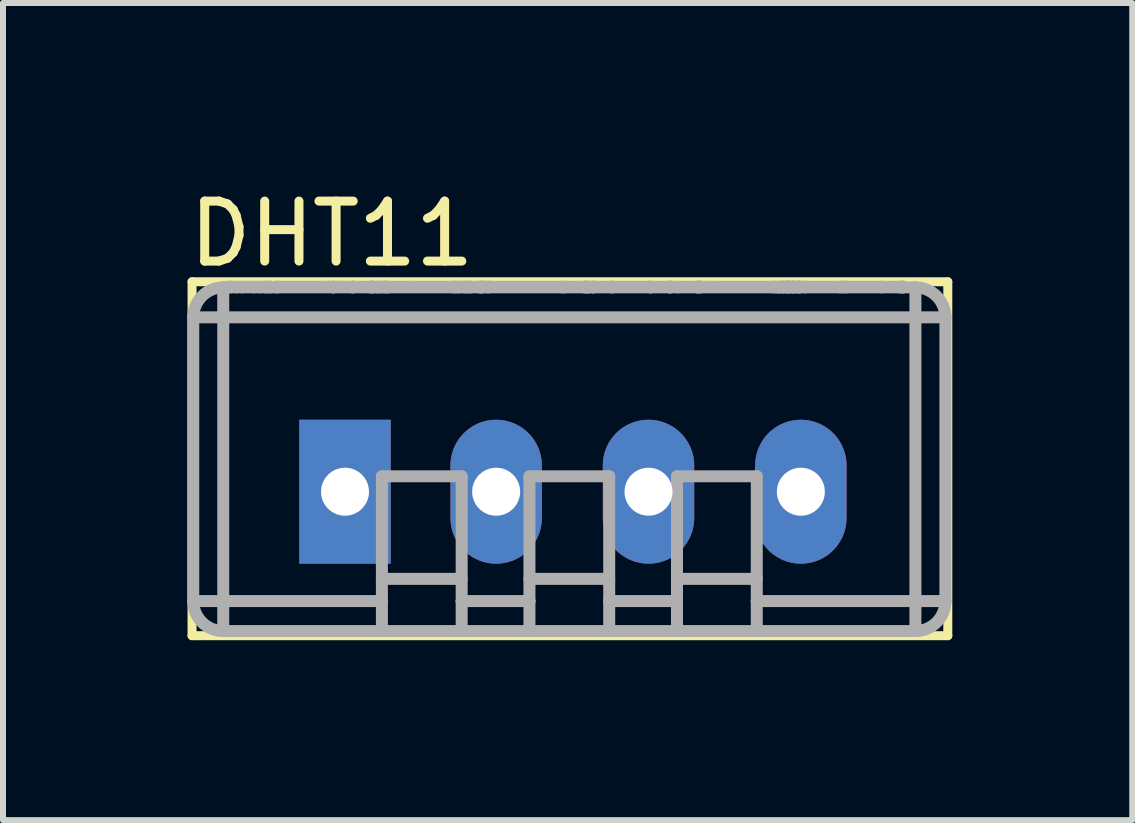
<source format=kicad_pcb>
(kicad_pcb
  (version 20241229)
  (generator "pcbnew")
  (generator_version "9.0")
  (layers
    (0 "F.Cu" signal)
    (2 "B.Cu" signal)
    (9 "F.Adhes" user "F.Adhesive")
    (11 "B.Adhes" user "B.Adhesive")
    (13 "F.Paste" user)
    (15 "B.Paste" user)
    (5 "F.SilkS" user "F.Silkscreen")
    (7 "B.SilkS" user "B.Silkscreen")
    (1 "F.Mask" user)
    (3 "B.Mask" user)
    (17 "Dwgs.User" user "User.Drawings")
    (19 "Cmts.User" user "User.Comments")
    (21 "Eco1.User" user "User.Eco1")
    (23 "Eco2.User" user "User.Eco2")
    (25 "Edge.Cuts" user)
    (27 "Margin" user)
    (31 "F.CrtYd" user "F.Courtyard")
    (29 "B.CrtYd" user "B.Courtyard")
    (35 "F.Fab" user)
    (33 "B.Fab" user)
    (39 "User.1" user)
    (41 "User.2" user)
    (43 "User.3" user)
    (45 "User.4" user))
  (footprint "DHT11"
    (layer "F.Cu")
    (at 3.952 5.148)
    (property "Reference" "DHT11" (at -1.47 -4.3 0) (layer "F.SilkS") (effects (font (size 1 1) (thickness 0.15))))
    (attr through_hole)
    (fp_line (start -3.8 -3.5) (end 8.8 -3.5) (stroke (width 0.15) (type solid)) (layer "F.SilkS"))
    (fp_line (start -3.8 2.4) (end -3.8 -3.5) (stroke (width 0.15) (type solid)) (layer "F.SilkS"))
    (fp_line (start 8.8 -3.5) (end 8.8 2.4) (stroke (width 0.15) (type solid)) (layer "F.SilkS"))
    (fp_line (start 8.8 2.4) (end -3.8 2.4) (stroke (width 0.15) (type solid)) (layer "F.SilkS"))
    (fp_line (start -3.78 -2.907) (end -3.28 -2.907) (stroke (width 0.2) (type solid)) (layer "F.Fab"))
    (fp_line (start -3.78 1.823) (end -3.78 -2.907) (stroke (width 0.2) (type solid)) (layer "F.Fab"))
    (fp_line (start -3.78 1.823) (end -3.28 1.823) (stroke (width 0.2) (type solid)) (layer "F.Fab"))
    (fp_line (start -3.28 -3.407) (end -3.28 -2.907) (stroke (width 0.2) (type solid)) (layer "F.Fab"))
    (fp_line (start -3.28 -3.407) (end 8.26 -3.407) (stroke (width 0.2) (type solid)) (layer "F.Fab"))
    (fp_line (start -3.28 -2.907) (end -3.28 1.823) (stroke (width 0.2) (type solid)) (layer "F.Fab"))
    (fp_line (start -3.28 1.823) (end -0.635 1.823) (stroke (width 0.2) (type solid)) (layer "F.Fab"))
    (fp_line (start -3.28 2.323) (end -3.28 1.823) (stroke (width 0.2) (type solid)) (layer "F.Fab"))
    (fp_line (start -3.2 -3.417) (end -3.2 -3.407) (stroke (width 0.2) (type solid)) (layer "F.Fab"))
    (fp_line (start -3.151 -3.417) (end -3.2 -3.417) (stroke (width 0.2) (type solid)) (layer "F.Fab"))
    (fp_line (start -3.151 -3.417) (end -3.151 -3.407) (stroke (width 0.2) (type solid)) (layer "F.Fab"))
    (fp_line (start -3.056 -3.417) (end -3.151 -3.417) (stroke (width 0.2) (type solid)) (layer "F.Fab"))
    (fp_line (start -3.056 -3.417) (end -3.056 -3.407) (stroke (width 0.2) (type solid)) (layer "F.Fab"))
    (fp_line (start -2.961 -3.417) (end -3.056 -3.417) (stroke (width 0.2) (type solid)) (layer "F.Fab"))
    (fp_line (start -2.961 -3.417) (end -2.961 -3.407) (stroke (width 0.2) (type solid)) (layer "F.Fab"))
    (fp_line (start -2.775 -3.417) (end -2.961 -3.417) (stroke (width 0.2) (type solid)) (layer "F.Fab"))
    (fp_line (start -2.775 -3.417) (end -2.775 -3.407) (stroke (width 0.2) (type solid)) (layer "F.Fab"))
    (fp_line (start -2.676 -3.417) (end -2.775 -3.417) (stroke (width 0.2) (type solid)) (layer "F.Fab"))
    (fp_line (start -2.676 -3.417) (end -2.676 -3.407) (stroke (width 0.2) (type solid)) (layer "F.Fab"))
    (fp_line (start -2.578 -3.417) (end -2.676 -3.417) (stroke (width 0.2) (type solid)) (layer "F.Fab"))
    (fp_line (start -2.578 -3.417) (end -2.578 -3.407) (stroke (width 0.2) (type solid)) (layer "F.Fab"))
    (fp_line (start -2.536 -3.417) (end -2.578 -3.417) (stroke (width 0.2) (type solid)) (layer "F.Fab"))
    (fp_line (start -2.536 -3.417) (end -2.536 -3.407) (stroke (width 0.2) (type solid)) (layer "F.Fab"))
    (fp_line (start -2.487 -3.417) (end -2.536 -3.417) (stroke (width 0.2) (type solid)) (layer "F.Fab"))
    (fp_line (start -2.487 -3.417) (end -2.487 -3.407) (stroke (width 0.2) (type solid)) (layer "F.Fab"))
    (fp_line (start -2.401 -3.417) (end -2.401 -3.407) (stroke (width 0.2) (type solid)) (layer "F.Fab"))
    (fp_line (start -2.373 -3.417) (end -2.401 -3.417) (stroke (width 0.2) (type solid)) (layer "F.Fab"))
    (fp_line (start -2.373 -3.417) (end -2.373 -3.407) (stroke (width 0.2) (type solid)) (layer "F.Fab"))
    (fp_line (start -1.539 -3.418) (end -1.539 -3.417) (stroke (width 0.2) (type solid)) (layer "F.Fab"))
    (fp_line (start -1.454 -3.417) (end -2.373 -3.417) (stroke (width 0.2) (type solid)) (layer "F.Fab"))
    (fp_line (start -1.454 -3.417) (end -1.454 -3.407) (stroke (width 0.2) (type solid)) (layer "F.Fab"))
    (fp_line (start -1.439 -3.417) (end -1.454 -3.417) (stroke (width 0.2) (type solid)) (layer "F.Fab"))
    (fp_line (start -1.439 -3.417) (end -1.439 -3.407) (stroke (width 0.2) (type solid)) (layer "F.Fab"))
    (fp_line (start -1.363 -3.418) (end -1.363 -3.417) (stroke (width 0.2) (type solid)) (layer "F.Fab"))
    (fp_line (start -1.304 -3.417) (end -1.304 -3.418) (stroke (width 0.2) (type solid)) (layer "F.Fab"))
    (fp_line (start -1.126 -3.417) (end -1.439 -3.417) (stroke (width 0.2) (type solid)) (layer "F.Fab"))
    (fp_line (start -1.126 -3.417) (end -1.126 -3.407) (stroke (width 0.2) (type solid)) (layer "F.Fab"))
    (fp_line (start -1.114 -3.417) (end -1.126 -3.417) (stroke (width 0.2) (type solid)) (layer "F.Fab"))
    (fp_line (start -1.114 -3.417) (end -1.114 -3.407) (stroke (width 0.2) (type solid)) (layer "F.Fab"))
    (fp_line (start -0.833 -3.417) (end -1.114 -3.417) (stroke (width 0.2) (type solid)) (layer "F.Fab"))
    (fp_line (start -0.833 -3.417) (end -0.833 -3.407) (stroke (width 0.2) (type solid)) (layer "F.Fab"))
    (fp_line (start -0.809 -3.417) (end -0.833 -3.417) (stroke (width 0.2) (type solid)) (layer "F.Fab"))
    (fp_line (start -0.809 -3.417) (end -0.809 -3.407) (stroke (width 0.2) (type solid)) (layer "F.Fab"))
    (fp_line (start -0.786 -3.417) (end -0.809 -3.417) (stroke (width 0.2) (type solid)) (layer "F.Fab"))
    (fp_line (start -0.786 -3.417) (end -0.786 -3.407) (stroke (width 0.2) (type solid)) (layer "F.Fab"))
    (fp_line (start -0.781 -3.417) (end -0.786 -3.417) (stroke (width 0.2) (type solid)) (layer "F.Fab"))
    (fp_line (start -0.781 -3.407) (end -0.781 -3.418) (stroke (width 0.2) (type solid)) (layer "F.Fab"))
    (fp_line (start -0.716 -3.417) (end -0.779 -3.417) (stroke (width 0.2) (type solid)) (layer "F.Fab"))
    (fp_line (start -0.716 -3.417) (end -0.716 -3.407) (stroke (width 0.2) (type solid)) (layer "F.Fab"))
    (fp_line (start -0.693 -3.417) (end -0.716 -3.417) (stroke (width 0.2) (type solid)) (layer "F.Fab"))
    (fp_line (start -0.693 -3.417) (end -0.693 -3.407) (stroke (width 0.2) (type solid)) (layer "F.Fab"))
    (fp_line (start -0.647 -3.417) (end -0.691 -3.417) (stroke (width 0.2) (type solid)) (layer "F.Fab"))
    (fp_line (start -0.638 -3.417) (end -0.638 -3.407) (stroke (width 0.2) (type solid)) (layer "F.Fab"))
    (fp_line (start -0.635 -0.257) (end -0.635 1.823) (stroke (width 0.2) (type solid)) (layer "F.Fab"))
    (fp_line (start -0.635 1.453) (end 0.695 1.453) (stroke (width 0.2) (type solid)) (layer "F.Fab"))
    (fp_line (start -0.635 1.823) (end -0.635 2.323) (stroke (width 0.2) (type solid)) (layer "F.Fab"))
    (fp_line (start -0.635 2.323) (end -3.28 2.323) (stroke (width 0.2) (type solid)) (layer "F.Fab"))
    (fp_line (start -0.635 2.323) (end 0.695 2.323) (stroke (width 0.2) (type solid)) (layer "F.Fab"))
    (fp_line (start -0.581 -3.417) (end -0.638 -3.417) (stroke (width 0.2) (type solid)) (layer "F.Fab"))
    (fp_line (start -0.581 -3.417) (end -0.581 -3.407) (stroke (width 0.2) (type solid)) (layer "F.Fab"))
    (fp_line (start -0.559 -3.417) (end -0.581 -3.417) (stroke (width 0.2) (type solid)) (layer "F.Fab"))
    (fp_line (start -0.559 -3.417) (end -0.559 -3.407) (stroke (width 0.2) (type solid)) (layer "F.Fab"))
    (fp_line (start -0.526 -3.417) (end -0.559 -3.417) (stroke (width 0.2) (type solid)) (layer "F.Fab"))
    (fp_line (start -0.526 -3.417) (end -0.526 -3.407) (stroke (width 0.2) (type solid)) (layer "F.Fab"))
    (fp_line (start -0.093 -3.418) (end -0.093 -3.417) (stroke (width 0.2) (type solid)) (layer "F.Fab"))
    (fp_line (start 0.56 -3.417) (end -0.526 -3.417) (stroke (width 0.2) (type solid)) (layer "F.Fab"))
    (fp_line (start 0.56 -3.417) (end 0.56 -3.407) (stroke (width 0.2) (type solid)) (layer "F.Fab"))
    (fp_line (start 0.601 -3.417) (end 0.56 -3.417) (stroke (width 0.2) (type solid)) (layer "F.Fab"))
    (fp_line (start 0.601 -3.417) (end 0.601 -3.407) (stroke (width 0.2) (type solid)) (layer "F.Fab"))
    (fp_line (start 0.649 -3.417) (end 0.601 -3.417) (stroke (width 0.2) (type solid)) (layer "F.Fab"))
    (fp_line (start 0.649 -3.417) (end 0.649 -3.407) (stroke (width 0.2) (type solid)) (layer "F.Fab"))
    (fp_line (start 0.695 -0.257) (end -0.635 -0.257) (stroke (width 0.2) (type solid)) (layer "F.Fab"))
    (fp_line (start 0.695 -0.257) (end 0.695 1.823) (stroke (width 0.2) (type solid)) (layer "F.Fab"))
    (fp_line (start 0.695 1.823) (end 1.825 1.823) (stroke (width 0.2) (type solid)) (layer "F.Fab"))
    (fp_line (start 0.695 2.323) (end 0.695 1.823) (stroke (width 0.2) (type solid)) (layer "F.Fab"))
    (fp_line (start 0.732 -3.417) (end 0.658 -3.417) (stroke (width 0.2) (type solid)) (layer "F.Fab"))
    (fp_line (start 0.735 -3.417) (end 0.735 -3.407) (stroke (width 0.2) (type solid)) (layer "F.Fab"))
    (fp_line (start 0.783 -3.417) (end 0.735 -3.417) (stroke (width 0.2) (type solid)) (layer "F.Fab"))
    (fp_line (start 0.783 -3.417) (end 0.783 -3.407) (stroke (width 0.2) (type solid)) (layer "F.Fab"))
    (fp_line (start 0.821 -3.417) (end 0.783 -3.417) (stroke (width 0.2) (type solid)) (layer "F.Fab"))
    (fp_line (start 0.825 -3.417) (end 0.825 -3.407) (stroke (width 0.2) (type solid)) (layer "F.Fab"))
    (fp_line (start 0.844 -3.417) (end 0.825 -3.417) (stroke (width 0.2) (type solid)) (layer "F.Fab"))
    (fp_line (start 0.844 -3.417) (end 0.844 -3.407) (stroke (width 0.2) (type solid)) (layer "F.Fab"))
    (fp_line (start 0.998 -3.417) (end 0.844 -3.417) (stroke (width 0.2) (type solid)) (layer "F.Fab"))
    (fp_line (start 0.998 -3.417) (end 0.998 -3.407) (stroke (width 0.2) (type solid)) (layer "F.Fab"))
    (fp_line (start 1.002 -3.417) (end 0.998 -3.417) (stroke (width 0.2) (type solid)) (layer "F.Fab"))
    (fp_line (start 1.002 -3.417) (end 1.002 -3.407) (stroke (width 0.2) (type solid)) (layer "F.Fab"))
    (fp_line (start 1.027 -3.417) (end 1.002 -3.417) (stroke (width 0.2) (type solid)) (layer "F.Fab"))
    (fp_line (start 1.027 -3.417) (end 1.027 -3.407) (stroke (width 0.2) (type solid)) (layer "F.Fab"))
    (fp_line (start 1.043 -3.417) (end 1.027 -3.417) (stroke (width 0.2) (type solid)) (layer "F.Fab"))
    (fp_line (start 1.043 -3.417) (end 1.043 -3.407) (stroke (width 0.2) (type solid)) (layer "F.Fab"))
    (fp_line (start 1.086 -3.418) (end 1.086 -3.417) (stroke (width 0.2) (type solid)) (layer "F.Fab"))
    (fp_line (start 1.12 -3.417) (end 1.043 -3.417) (stroke (width 0.2) (type solid)) (layer "F.Fab"))
    (fp_line (start 1.124 -3.417) (end 1.124 -3.407) (stroke (width 0.2) (type solid)) (layer "F.Fab"))
    (fp_line (start 1.158 -3.417) (end 1.124 -3.417) (stroke (width 0.2) (type solid)) (layer "F.Fab"))
    (fp_line (start 1.158 -3.417) (end 1.158 -3.407) (stroke (width 0.2) (type solid)) (layer "F.Fab"))
    (fp_line (start 1.825 -0.257) (end 1.825 1.823) (stroke (width 0.2) (type solid)) (layer "F.Fab"))
    (fp_line (start 1.825 1.453) (end 3.155 1.453) (stroke (width 0.2) (type solid)) (layer "F.Fab"))
    (fp_line (start 1.825 1.823) (end 1.825 2.323) (stroke (width 0.2) (type solid)) (layer "F.Fab"))
    (fp_line (start 1.825 2.323) (end 0.695 2.323) (stroke (width 0.2) (type solid)) (layer "F.Fab"))
    (fp_line (start 1.825 2.323) (end 3.155 2.323) (stroke (width 0.2) (type solid)) (layer "F.Fab"))
    (fp_line (start 2.368 -3.417) (end 1.158 -3.417) (stroke (width 0.2) (type solid)) (layer "F.Fab"))
    (fp_line (start 2.368 -3.417) (end 2.368 -3.407) (stroke (width 0.2) (type solid)) (layer "F.Fab"))
    (fp_line (start 2.411 -3.417) (end 2.368 -3.417) (stroke (width 0.2) (type solid)) (layer "F.Fab"))
    (fp_line (start 2.411 -3.417) (end 2.411 -3.407) (stroke (width 0.2) (type solid)) (layer "F.Fab"))
    (fp_line (start 2.739 -3.417) (end 2.421 -3.417) (stroke (width 0.2) (type solid)) (layer "F.Fab"))
    (fp_line (start 2.739 -3.417) (end 2.739 -3.407) (stroke (width 0.2) (type solid)) (layer "F.Fab"))
    (fp_line (start 2.762 -3.417) (end 2.739 -3.417) (stroke (width 0.2) (type solid)) (layer "F.Fab"))
    (fp_line (start 2.762 -3.417) (end 2.762 -3.407) (stroke (width 0.2) (type solid)) (layer "F.Fab"))
    (fp_line (start 2.787 -3.417) (end 2.747 -3.417) (stroke (width 0.2) (type solid)) (layer "F.Fab"))
    (fp_line (start 2.787 -3.417) (end 2.787 -3.407) (stroke (width 0.2) (type solid)) (layer "F.Fab"))
    (fp_line (start 2.791 -3.417) (end 2.791 -3.407) (stroke (width 0.2) (type solid)) (layer "F.Fab"))
    (fp_line (start 2.824 -3.417) (end 2.791 -3.417) (stroke (width 0.2) (type solid)) (layer "F.Fab"))
    (fp_line (start 2.824 -3.417) (end 2.824 -3.407) (stroke (width 0.2) (type solid)) (layer "F.Fab"))
    (fp_line (start 2.885 -3.417) (end 2.824 -3.417) (stroke (width 0.2) (type solid)) (layer "F.Fab"))
    (fp_line (start 2.887 -3.417) (end 2.887 -3.407) (stroke (width 0.2) (type solid)) (layer "F.Fab"))
    (fp_line (start 2.892 -3.417) (end 2.887 -3.417) (stroke (width 0.2) (type solid)) (layer "F.Fab"))
    (fp_line (start 2.892 -3.417) (end 2.892 -3.407) (stroke (width 0.2) (type solid)) (layer "F.Fab"))
    (fp_line (start 3.155 -0.257) (end 1.825 -0.257) (stroke (width 0.2) (type solid)) (layer "F.Fab"))
    (fp_line (start 3.155 -0.257) (end 3.155 1.823) (stroke (width 0.2) (type solid)) (layer "F.Fab"))
    (fp_line (start 3.155 1.823) (end 4.285 1.823) (stroke (width 0.2) (type solid)) (layer "F.Fab"))
    (fp_line (start 3.155 2.323) (end 3.155 1.823) (stroke (width 0.2) (type solid)) (layer "F.Fab"))
    (fp_line (start 3.2 -3.417) (end 2.892 -3.417) (stroke (width 0.2) (type solid)) (layer "F.Fab"))
    (fp_line (start 3.2 -3.417) (end 3.2 -3.407) (stroke (width 0.2) (type solid)) (layer "F.Fab"))
    (fp_line (start 3.218 -3.417) (end 3.2 -3.417) (stroke (width 0.2) (type solid)) (layer "F.Fab"))
    (fp_line (start 3.218 -3.417) (end 3.218 -3.407) (stroke (width 0.2) (type solid)) (layer "F.Fab"))
    (fp_line (start 3.835 -3.417) (end 3.218 -3.417) (stroke (width 0.2) (type solid)) (layer "F.Fab"))
    (fp_line (start 3.835 -3.417) (end 3.835 -3.407) (stroke (width 0.2) (type solid)) (layer "F.Fab"))
    (fp_line (start 3.85 -3.417) (end 3.835 -3.417) (stroke (width 0.2) (type solid)) (layer "F.Fab"))
    (fp_line (start 3.85 -3.417) (end 3.85 -3.407) (stroke (width 0.2) (type solid)) (layer "F.Fab"))
    (fp_line (start 4.161 -3.417) (end 3.85 -3.417) (stroke (width 0.2) (type solid)) (layer "F.Fab"))
    (fp_line (start 4.161 -3.417) (end 4.161 -3.407) (stroke (width 0.2) (type solid)) (layer "F.Fab"))
    (fp_line (start 4.171 -3.417) (end 4.161 -3.417) (stroke (width 0.2) (type solid)) (layer "F.Fab"))
    (fp_line (start 4.171 -3.417) (end 4.171 -3.407) (stroke (width 0.2) (type solid)) (layer "F.Fab"))
    (fp_line (start 4.174 -3.417) (end 4.171 -3.417) (stroke (width 0.2) (type solid)) (layer "F.Fab"))
    (fp_line (start 4.174 -3.417) (end 4.174 -3.407) (stroke (width 0.2) (type solid)) (layer "F.Fab"))
    (fp_line (start 4.285 -0.257) (end 4.285 1.823) (stroke (width 0.2) (type solid)) (layer "F.Fab"))
    (fp_line (start 4.285 1.453) (end 5.615 1.453) (stroke (width 0.2) (type solid)) (layer "F.Fab"))
    (fp_line (start 4.285 1.823) (end 4.285 2.323) (stroke (width 0.2) (type solid)) (layer "F.Fab"))
    (fp_line (start 4.285 2.323) (end 3.155 2.323) (stroke (width 0.2) (type solid)) (layer "F.Fab"))
    (fp_line (start 4.285 2.323) (end 5.615 2.323) (stroke (width 0.2) (type solid)) (layer "F.Fab"))
    (fp_line (start 4.298 -3.417) (end 4.175 -3.417) (stroke (width 0.2) (type solid)) (layer "F.Fab"))
    (fp_line (start 4.298 -3.417) (end 4.298 -3.407) (stroke (width 0.2) (type solid)) (layer "F.Fab"))
    (fp_line (start 4.62 -3.417) (end 4.298 -3.417) (stroke (width 0.2) (type solid)) (layer "F.Fab"))
    (fp_line (start 4.62 -3.417) (end 4.62 -3.407) (stroke (width 0.2) (type solid)) (layer "F.Fab"))
    (fp_line (start 4.642 -3.417) (end 4.62 -3.417) (stroke (width 0.2) (type solid)) (layer "F.Fab"))
    (fp_line (start 4.642 -3.417) (end 4.642 -3.407) (stroke (width 0.2) (type solid)) (layer "F.Fab"))
    (fp_line (start 4.645 -3.417) (end 4.642 -3.417) (stroke (width 0.2) (type solid)) (layer "F.Fab"))
    (fp_line (start 4.649 -3.417) (end 4.649 -3.407) (stroke (width 0.2) (type solid)) (layer "F.Fab"))
    (fp_line (start 4.681 -3.417) (end 4.677 -3.417) (stroke (width 0.2) (type solid)) (layer "F.Fab"))
    (fp_line (start 4.683 -3.417) (end 4.649 -3.417) (stroke (width 0.2) (type solid)) (layer "F.Fab"))
    (fp_line (start 4.683 -3.417) (end 4.683 -3.407) (stroke (width 0.2) (type solid)) (layer "F.Fab"))
    (fp_line (start 4.863 -3.417) (end 4.863 -3.418) (stroke (width 0.2) (type solid)) (layer "F.Fab"))
    (fp_line (start 5.615 -0.257) (end 4.285 -0.257) (stroke (width 0.2) (type solid)) (layer "F.Fab"))
    (fp_line (start 5.615 -0.257) (end 5.615 1.823) (stroke (width 0.2) (type solid)) (layer "F.Fab"))
    (fp_line (start 5.615 1.823) (end 8.26 1.823) (stroke (width 0.2) (type solid)) (layer "F.Fab"))
    (fp_line (start 5.615 2.323) (end 5.615 1.823) (stroke (width 0.2) (type solid)) (layer "F.Fab"))
    (fp_line (start 5.893 -3.417) (end 4.683 -3.417) (stroke (width 0.2) (type solid)) (layer "F.Fab"))
    (fp_line (start 5.893 -3.417) (end 5.893 -3.407) (stroke (width 0.2) (type solid)) (layer "F.Fab"))
    (fp_line (start 5.936 -3.417) (end 5.893 -3.417) (stroke (width 0.2) (type solid)) (layer "F.Fab"))
    (fp_line (start 5.936 -3.417) (end 5.936 -3.407) (stroke (width 0.2) (type solid)) (layer "F.Fab"))
    (fp_line (start 5.983 -3.417) (end 5.983 -3.407) (stroke (width 0.2) (type solid)) (layer "F.Fab"))
    (fp_line (start 5.988 -3.417) (end 5.983 -3.417) (stroke (width 0.2) (type solid)) (layer "F.Fab"))
    (fp_line (start 5.988 -3.417) (end 5.988 -3.407) (stroke (width 0.2) (type solid)) (layer "F.Fab"))
    (fp_line (start 6.039 -3.417) (end 5.988 -3.417) (stroke (width 0.2) (type solid)) (layer "F.Fab"))
    (fp_line (start 6.039 -3.417) (end 6.039 -3.407) (stroke (width 0.2) (type solid)) (layer "F.Fab"))
    (fp_line (start 6.057 -3.417) (end 6.039 -3.417) (stroke (width 0.2) (type solid)) (layer "F.Fab"))
    (fp_line (start 6.057 -3.417) (end 6.057 -3.407) (stroke (width 0.2) (type solid)) (layer "F.Fab"))
    (fp_line (start 6.073 -3.417) (end 6.057 -3.417) (stroke (width 0.2) (type solid)) (layer "F.Fab"))
    (fp_line (start 6.073 -3.417) (end 6.071 -3.417) (stroke (width 0.2) (type solid)) (layer "F.Fab"))
    (fp_line (start 6.073 -3.417) (end 6.073 -3.407) (stroke (width 0.2) (type solid)) (layer "F.Fab"))
    (fp_line (start 6.125 -3.417) (end 6.073 -3.417) (stroke (width 0.2) (type solid)) (layer "F.Fab"))
    (fp_line (start 6.125 -3.417) (end 6.125 -3.407) (stroke (width 0.2) (type solid)) (layer "F.Fab"))
    (fp_line (start 6.129 -3.417) (end 6.129 -3.417) (stroke (width 0.2) (type solid)) (layer "F.Fab"))
    (fp_line (start 6.129 -3.417) (end 6.125 -3.417) (stroke (width 0.2) (type solid)) (layer "F.Fab"))
    (fp_line (start 6.129 -3.417) (end 6.129 -3.407) (stroke (width 0.2) (type solid)) (layer "F.Fab"))
    (fp_line (start 6.129 -3.417) (end 6.129 -3.418) (stroke (width 0.2) (type solid)) (layer "F.Fab"))
    (fp_line (start 6.144 -3.417) (end 6.132 -3.417) (stroke (width 0.2) (type solid)) (layer "F.Fab"))
    (fp_line (start 6.144 -3.417) (end 6.144 -3.407) (stroke (width 0.2) (type solid)) (layer "F.Fab"))
    (fp_line (start 6.161 -3.417) (end 6.144 -3.417) (stroke (width 0.2) (type solid)) (layer "F.Fab"))
    (fp_line (start 6.161 -3.417) (end 6.158 -3.417) (stroke (width 0.2) (type solid)) (layer "F.Fab"))
    (fp_line (start 6.161 -3.417) (end 6.161 -3.407) (stroke (width 0.2) (type solid)) (layer "F.Fab"))
    (fp_line (start 6.213 -3.417) (end 6.161 -3.417) (stroke (width 0.2) (type solid)) (layer "F.Fab"))
    (fp_line (start 6.213 -3.417) (end 6.213 -3.407) (stroke (width 0.2) (type solid)) (layer "F.Fab"))
    (fp_line (start 6.217 -3.417) (end 6.217 -3.417) (stroke (width 0.2) (type solid)) (layer "F.Fab"))
    (fp_line (start 6.217 -3.417) (end 6.213 -3.417) (stroke (width 0.2) (type solid)) (layer "F.Fab"))
    (fp_line (start 6.217 -3.417) (end 6.217 -3.407) (stroke (width 0.2) (type solid)) (layer "F.Fab"))
    (fp_line (start 6.217 -3.417) (end 6.217 -3.418) (stroke (width 0.2) (type solid)) (layer "F.Fab"))
    (fp_line (start 6.246 -3.417) (end 6.246 -3.407) (stroke (width 0.2) (type solid)) (layer "F.Fab"))
    (fp_line (start 6.25 -3.417) (end 6.246 -3.417) (stroke (width 0.2) (type solid)) (layer "F.Fab"))
    (fp_line (start 6.25 -3.417) (end 6.25 -3.407) (stroke (width 0.2) (type solid)) (layer "F.Fab"))
    (fp_line (start 6.302 -3.417) (end 6.25 -3.417) (stroke (width 0.2) (type solid)) (layer "F.Fab"))
    (fp_line (start 6.302 -3.417) (end 6.302 -3.407) (stroke (width 0.2) (type solid)) (layer "F.Fab"))
    (fp_line (start 6.319 -3.417) (end 6.302 -3.417) (stroke (width 0.2) (type solid)) (layer "F.Fab"))
    (fp_line (start 6.319 -3.417) (end 6.319 -3.407) (stroke (width 0.2) (type solid)) (layer "F.Fab"))
    (fp_line (start 6.333 -3.417) (end 6.319 -3.417) (stroke (width 0.2) (type solid)) (layer "F.Fab"))
    (fp_line (start 6.333 -3.417) (end 6.333 -3.417) (stroke (width 0.2) (type solid)) (layer "F.Fab"))
    (fp_line (start 6.333 -3.417) (end 6.333 -3.407) (stroke (width 0.2) (type solid)) (layer "F.Fab"))
    (fp_line (start 6.392 -3.417) (end 6.392 -3.418) (stroke (width 0.2) (type solid)) (layer "F.Fab"))
    (fp_line (start 6.412 -3.417) (end 6.333 -3.417) (stroke (width 0.2) (type solid)) (layer "F.Fab"))
    (fp_line (start 6.412 -3.417) (end 6.412 -3.407) (stroke (width 0.2) (type solid)) (layer "F.Fab"))
    (fp_line (start 7.009 -3.417) (end 6.412 -3.417) (stroke (width 0.2) (type solid)) (layer "F.Fab"))
    (fp_line (start 7.009 -3.417) (end 7.009 -3.407) (stroke (width 0.2) (type solid)) (layer "F.Fab"))
    (fp_line (start 7.05 -3.417) (end 7.05 -3.418) (stroke (width 0.2) (type solid)) (layer "F.Fab"))
    (fp_line (start 7.063 -3.417) (end 7.009 -3.417) (stroke (width 0.2) (type solid)) (layer "F.Fab"))
    (fp_line (start 7.063 -3.417) (end 7.063 -3.407) (stroke (width 0.2) (type solid)) (layer "F.Fab"))
    (fp_line (start 7.104 -3.417) (end 7.063 -3.417) (stroke (width 0.2) (type solid)) (layer "F.Fab"))
    (fp_line (start 7.104 -3.417) (end 7.104 -3.407) (stroke (width 0.2) (type solid)) (layer "F.Fab"))
    (fp_line (start 7.699 -3.417) (end 7.104 -3.417) (stroke (width 0.2) (type solid)) (layer "F.Fab"))
    (fp_line (start 7.699 -3.417) (end 7.699 -3.407) (stroke (width 0.2) (type solid)) (layer "F.Fab"))
    (fp_line (start 8.005 -3.417) (end 7.699 -3.417) (stroke (width 0.2) (type solid)) (layer "F.Fab"))
    (fp_line (start 8.005 -3.417) (end 8.005 -3.407) (stroke (width 0.2) (type solid)) (layer "F.Fab"))
    (fp_line (start 8.028 -3.417) (end 8.005 -3.417) (stroke (width 0.2) (type solid)) (layer "F.Fab"))
    (fp_line (start 8.028 -3.417) (end 8.028 -3.407) (stroke (width 0.2) (type solid)) (layer "F.Fab"))
    (fp_line (start 8.031 -3.417) (end 8.03 -3.417) (stroke (width 0.2) (type solid)) (layer "F.Fab"))
    (fp_line (start 8.054 -3.417) (end 8.028 -3.417) (stroke (width 0.2) (type solid)) (layer "F.Fab"))
    (fp_line (start 8.054 -3.417) (end 8.054 -3.407) (stroke (width 0.2) (type solid)) (layer "F.Fab"))
    (fp_line (start 8.054 -3.407) (end 8.054 -3.418) (stroke (width 0.2) (type solid)) (layer "F.Fab"))
    (fp_line (start 8.26 -3.407) (end 8.26 -2.907) (stroke (width 0.2) (type solid)) (layer "F.Fab"))
    (fp_line (start 8.26 -2.907) (end -3.28 -2.907) (stroke (width 0.2) (type solid)) (layer "F.Fab"))
    (fp_line (start 8.26 -2.907) (end 8.76 -2.907) (stroke (width 0.2) (type solid)) (layer "F.Fab"))
    (fp_line (start 8.26 1.823) (end 8.26 -2.907) (stroke (width 0.2) (type solid)) (layer "F.Fab"))
    (fp_line (start 8.26 1.823) (end 8.26 2.323) (stroke (width 0.2) (type solid)) (layer "F.Fab"))
    (fp_line (start 8.26 1.823) (end 8.76 1.823) (stroke (width 0.2) (type solid)) (layer "F.Fab"))
    (fp_line (start 8.26 2.323) (end 5.615 2.323) (stroke (width 0.2) (type solid)) (layer "F.Fab"))
    (fp_line (start 8.76 -2.907) (end 8.76 1.823) (stroke (width 0.2) (type solid)) (layer "F.Fab"))
    (fp_arc (start -3.78 -2.906652) (mid -3.633553 -3.260205) (end -3.28 -3.406652) (stroke (width 0.2) (type solid)) (layer "F.Fab"))
    (fp_arc (start -3.28 2.323349) (mid -3.633554 2.176902) (end -3.780001 1.823348) (stroke (width 0.2) (type solid)) (layer "F.Fab"))
    (fp_arc (start 8.259999 -3.406652) (mid 8.613552 -3.260205) (end 8.759999 -2.906652) (stroke (width 0.2) (type solid)) (layer "F.Fab"))
    (fp_arc (start 8.759999 1.823348) (mid 8.613552 2.176901) (end 8.259999 2.323348) (stroke (width 0.2) (type solid)) (layer "F.Fab"))
    (pad "1" thru_hole rect (at -1.25 0) (size 1.524 2.4) (drill 0.8) (layers "*.Cu" "*.Mask"))
    (pad "2" thru_hole oval (at 1.27 0) (size 1.524 2.4) (drill 0.8) (layers "*.Cu" "*.Mask"))
    (pad "3" thru_hole oval (at 3.81 0) (size 1.524 2.4) (drill 0.8) (layers "*.Cu" "*.Mask"))
    (pad "4" thru_hole oval (at 6.35 0) (size 1.524 2.4) (drill 0.8) (layers "*.Cu" "*.Mask")))
  (gr_rect
    (start -3 -3)
    (end 15.827 10.623)
    (stroke (width 0.1) (type default))
    (fill no)
    (layer "Edge.Cuts")))
</source>
